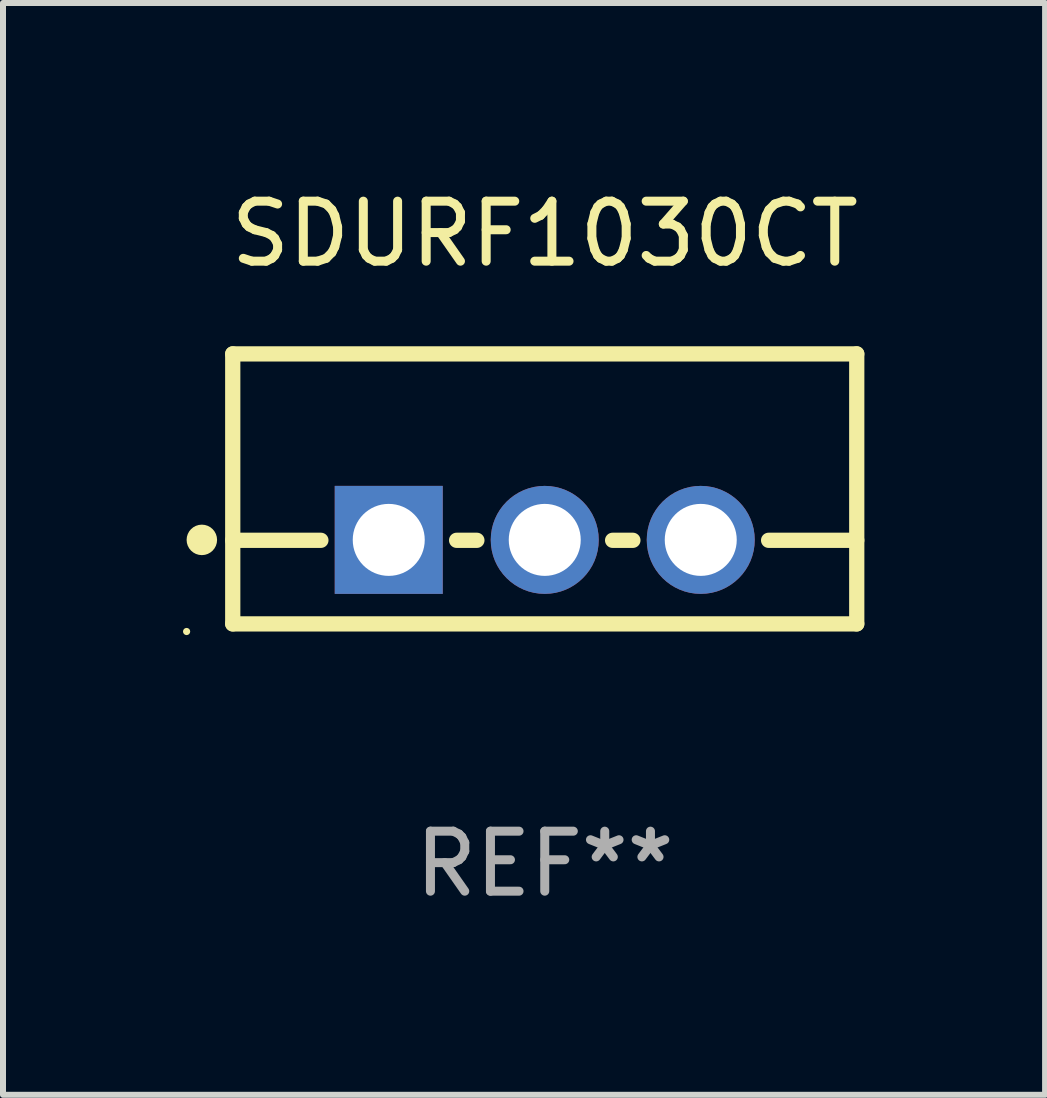
<source format=kicad_pcb>
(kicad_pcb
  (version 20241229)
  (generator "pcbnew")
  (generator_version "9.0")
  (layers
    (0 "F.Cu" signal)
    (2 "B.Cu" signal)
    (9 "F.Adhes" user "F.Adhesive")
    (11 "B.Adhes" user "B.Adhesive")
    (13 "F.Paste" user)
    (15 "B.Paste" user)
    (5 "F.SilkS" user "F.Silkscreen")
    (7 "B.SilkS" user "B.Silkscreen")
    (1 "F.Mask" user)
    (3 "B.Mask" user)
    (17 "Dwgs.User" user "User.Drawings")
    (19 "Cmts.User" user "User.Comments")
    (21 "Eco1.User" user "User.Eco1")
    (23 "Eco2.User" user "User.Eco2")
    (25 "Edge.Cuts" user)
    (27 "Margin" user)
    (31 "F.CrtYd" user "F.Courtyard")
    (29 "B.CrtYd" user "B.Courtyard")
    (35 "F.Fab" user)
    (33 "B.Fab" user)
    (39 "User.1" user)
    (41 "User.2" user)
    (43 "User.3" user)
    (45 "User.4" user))
  (footprint "SDURF1030CT"
    (layer "F.Cu")
    (at 6.029 5.098)
    (property "Reference" "SDURF1030CT" (at 0 -4.25 0) (layer "F.SilkS") (effects (font (size 1 1) (thickness 0.15))))
    (attr through_hole)
    (fp_line (start -5.2 -2.25) (end -5.2 2.25) (stroke (width 0.254) (type solid)) (layer "F.SilkS"))
    (fp_line (start -5.2 -2.25) (end 5.2 -2.25) (stroke (width 0.254) (type solid)) (layer "F.SilkS"))
    (fp_line (start -5.2 0.857) (end -3.731 0.857) (stroke (width 0.254) (type solid)) (layer "F.SilkS"))
    (fp_line (start -5.2 2.25) (end 5.2 2.25) (stroke (width 0.254) (type solid)) (layer "F.SilkS"))
    (fp_line (start -1.469 0.857) (end -1.131 0.857) (stroke (width 0.254) (type solid)) (layer "F.SilkS"))
    (fp_line (start 1.131 0.857) (end 1.469 0.857) (stroke (width 0.254) (type solid)) (layer "F.SilkS"))
    (fp_line (start 3.731 0.857) (end 5.2 0.857) (stroke (width 0.254) (type solid)) (layer "F.SilkS"))
    (fp_line (start 5.2 -2.25) (end 5.2 2.25) (stroke (width 0.254) (type solid)) (layer "F.SilkS"))
    (fp_circle (center -5.969 2.377) (end -5.939 2.377) (stroke (width 0.06) (type solid)) (fill no) (layer "F.SilkS"))
    (fp_circle (center -5.715 0.85) (end -5.588 0.85) (stroke (width 0.254) (type solid)) (fill no) (layer "F.SilkS"))
    (fp_text user "REF**" (at 0 6.25 0) (layer "F.Fab") (effects (font (size 1 1) (thickness 0.15))))
    (pad "1" thru_hole rect (at -2.6 0.85) (size 1.8 1.8) (drill 1.2) (layers "*.Cu" "*.Mask"))
    (pad "2" thru_hole circle (at 0 0.85) (size 1.8 1.8) (drill 1.2) (layers "*.Cu" "*.Mask"))
    (pad "3" thru_hole circle (at 2.6 0.85) (size 1.8 1.8) (drill 1.2) (layers "*.Cu" "*.Mask")))
  (gr_rect
    (start -3 -3)
    (end 14.368 15.197)
    (stroke (width 0.1) (type default))
    (fill no)
    (layer "Edge.Cuts")))
</source>
